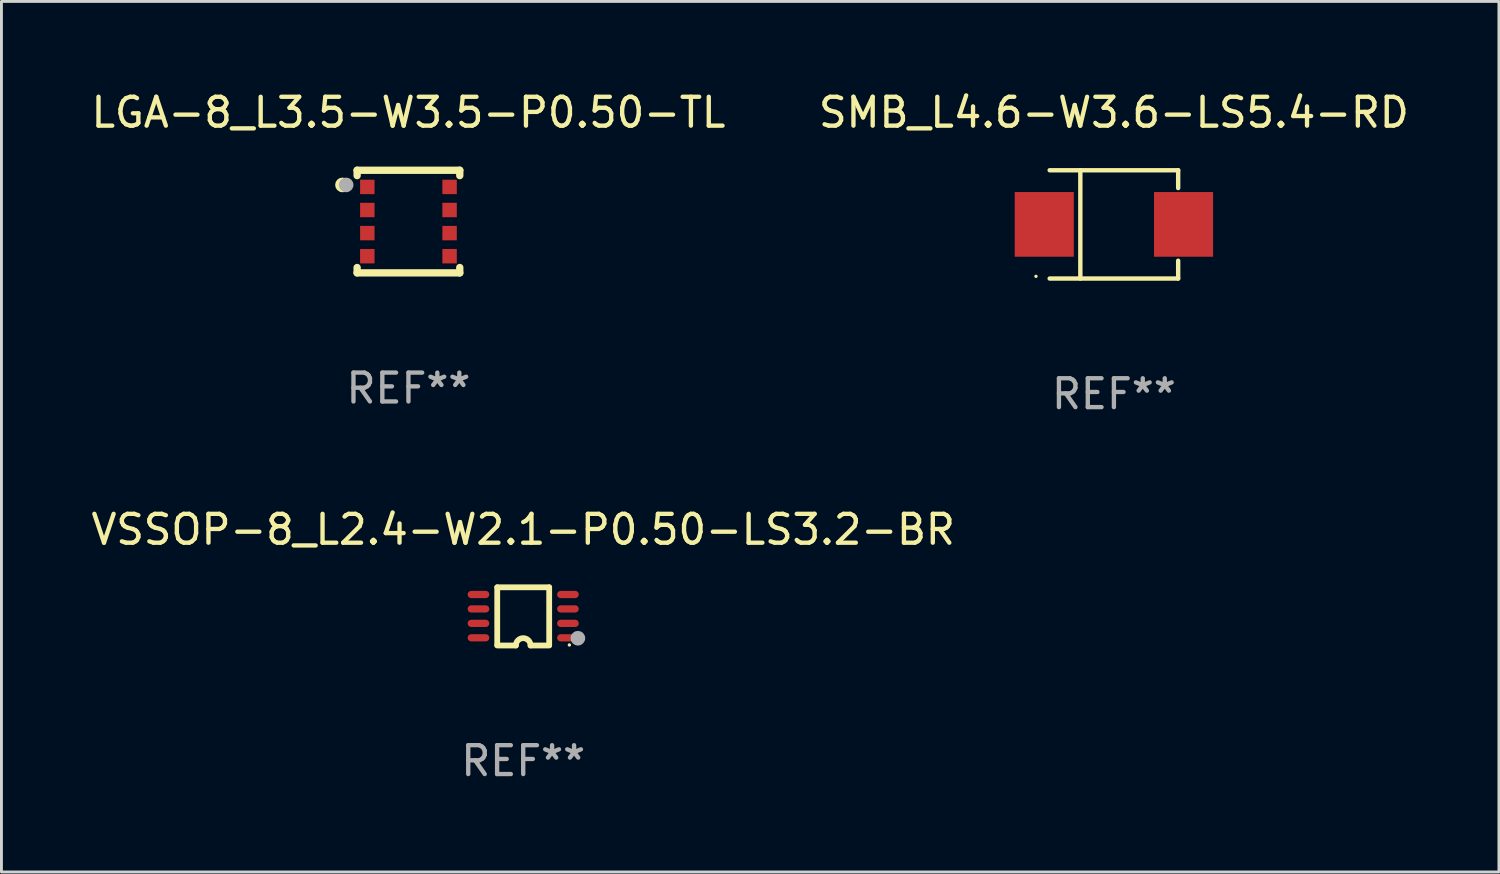
<source format=kicad_pcb>
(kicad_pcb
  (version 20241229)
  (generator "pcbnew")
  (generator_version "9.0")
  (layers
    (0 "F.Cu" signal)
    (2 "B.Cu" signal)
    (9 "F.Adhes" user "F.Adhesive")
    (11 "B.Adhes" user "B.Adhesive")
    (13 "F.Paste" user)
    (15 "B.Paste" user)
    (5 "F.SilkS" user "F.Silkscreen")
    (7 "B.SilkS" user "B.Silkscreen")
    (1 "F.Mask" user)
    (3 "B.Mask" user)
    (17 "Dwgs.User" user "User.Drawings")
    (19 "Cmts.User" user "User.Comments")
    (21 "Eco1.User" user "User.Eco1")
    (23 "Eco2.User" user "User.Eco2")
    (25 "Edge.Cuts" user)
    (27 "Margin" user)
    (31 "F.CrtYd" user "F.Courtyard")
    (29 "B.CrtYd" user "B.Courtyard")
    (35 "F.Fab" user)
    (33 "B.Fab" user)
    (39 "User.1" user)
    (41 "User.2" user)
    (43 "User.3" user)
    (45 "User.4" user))
  (footprint "SMB_L4.6-W3.6-LS5.4-RD"
    (layer "F.Cu")
    (at 35.542 4.724)
    (property "Reference" "SMB_L4.6-W3.6-LS5.4-RD" (at 0 -3.876 0) (layer "F.SilkS") (effects (font (size 1 1) (thickness 0.15))))
    (attr smd)
    (fp_line (start -2.226 -1.876) (end 2.226 -1.876) (stroke (width 0.152) (type solid)) (layer "F.SilkS"))
    (fp_line (start -2.226 1.876) (end 2.226 1.876) (stroke (width 0.152) (type solid)) (layer "F.SilkS"))
    (fp_line (start -1.163 -1.876) (end -1.163 1.876) (stroke (width 0.152) (type solid)) (layer "F.SilkS"))
    (fp_line (start 2.226 -1.876) (end 2.226 -1.258) (stroke (width 0.152) (type solid)) (layer "F.SilkS"))
    (fp_line (start 2.226 1.876) (end 2.226 1.258) (stroke (width 0.152) (type solid)) (layer "F.SilkS"))
    (fp_circle (center -2.7 1.8) (end -2.67 1.8) (stroke (width 0.06) (type solid)) (fill no) (layer "F.SilkS"))
    (fp_text user "REF**" (at 0 5.876 0) (layer "F.Fab") (effects (font (size 1 1) (thickness 0.15))))
    (pad "1" smd rect (at -2.413 0) (size 2.047 2.241) (layers "F.Cu" "F.Mask" "F.Paste"))
    (pad "2" smd rect (at 2.413 0) (size 2.047 2.241) (layers "F.Cu" "F.Mask" "F.Paste")))
  (footprint "VSSOP-8_L2.4-W2.1-P0.50-LS3.2-BR"
    (layer "F.Cu")
    (at 15.077 18.297)
    (property "Reference" "VSSOP-8_L2.4-W2.1-P0.50-LS3.2-BR" (at 0.000127 -3 0) (layer "F.SilkS") (effects (font (size 1 1) (thickness 0.15))))
    (attr smd)
    (fp_line (start -0.9 -1) (end -0.9 1) (stroke (width 0.2) (type solid)) (layer "F.SilkS"))
    (fp_line (start -0.254 1.016) (end -0.9 1.016) (stroke (width 0.2) (type solid)) (layer "F.SilkS"))
    (fp_line (start 0.254 1.016) (end 0.9 1.016) (stroke (width 0.2) (type solid)) (layer "F.SilkS"))
    (fp_line (start 0.9 -1) (end -0.9 -1) (stroke (width 0.2) (type solid)) (layer "F.SilkS"))
    (fp_line (start 0.9 1) (end 0.9 -1) (stroke (width 0.2) (type solid)) (layer "F.SilkS"))
    (fp_arc (start -0.254001 1.016002) (mid 0 0.762001) (end 0.254001 1.016002) (stroke (width 0.2) (type solid)) (layer "F.SilkS"))
    (fp_circle (center 1.599 0.998) (end 1.629 0.998) (stroke (width 0.06) (type solid)) (fill no) (layer "F.SilkS"))
    (fp_circle (center 1.894 0.764) (end 2.021 0.764) (stroke (width 0.254) (type solid)) (fill no) (layer "F.Fab"))
    (fp_text user "REF**" (at 0.000127 5.016 0) (layer "F.Fab") (effects (font (size 1 1) (thickness 0.15))))
    (pad "1" smd oval (at 1.55 0.75) (size 0.75 0.25) (layers "F.Cu" "F.Mask" "F.Paste"))
    (pad "2" smd oval (at 1.55 0.25) (size 0.75 0.25) (layers "F.Cu" "F.Mask" "F.Paste"))
    (pad "3" smd oval (at 1.55 -0.25) (size 0.75 0.25) (layers "F.Cu" "F.Mask" "F.Paste"))
    (pad "4" smd oval (at 1.55 -0.75) (size 0.75 0.25) (layers "F.Cu" "F.Mask" "F.Paste"))
    (pad "5" smd oval (at -1.55 -0.75) (size 0.75 0.25) (layers "F.Cu" "F.Mask" "F.Paste"))
    (pad "6" smd oval (at -1.55 -0.25) (size 0.75 0.25) (layers "F.Cu" "F.Mask" "F.Paste"))
    (pad "7" smd oval (at -1.55 0.25) (size 0.75 0.25) (layers "F.Cu" "F.Mask" "F.Paste"))
    (pad "8" smd oval (at -1.55 0.75) (size 0.75 0.25) (layers "F.Cu" "F.Mask" "F.Paste")))
  (footprint "LGA-8_L3.5-W3.5-P0.50-TL"
    (layer "F.Cu")
    (at 11.101 4.626)
    (property "Reference" "LGA-8_L3.5-W3.5-P0.50-TL" (at -0.000051 -3.778 0) (layer "F.SilkS") (effects (font (size 1 1) (thickness 0.15))))
    (attr smd)
    (fp_line (start -1.778 -1.778) (end -1.778 -1.592) (stroke (width 0.254) (type solid)) (layer "F.SilkS"))
    (fp_line (start -1.778 1.592) (end -1.778 1.778) (stroke (width 0.254) (type solid)) (layer "F.SilkS"))
    (fp_line (start -1.778 1.778) (end 1.778 1.778) (stroke (width 0.254) (type solid)) (layer "F.SilkS"))
    (fp_line (start 1.778 -1.778) (end -1.778 -1.778) (stroke (width 0.254) (type solid)) (layer "F.SilkS"))
    (fp_line (start 1.778 -1.592) (end 1.778 -1.778) (stroke (width 0.254) (type solid)) (layer "F.SilkS"))
    (fp_line (start 1.778 1.778) (end 1.778 1.592) (stroke (width 0.254) (type solid)) (layer "F.SilkS"))
    (fp_circle (center -2.286 -1.27) (end -2.159 -1.27) (stroke (width 0.254) (type solid)) (fill no) (layer "F.SilkS"))
    (fp_circle (center -1.75 -1.75) (end -1.72 -1.75) (stroke (width 0.06) (type solid)) (fill no) (layer "F.SilkS"))
    (fp_circle (center -2.159 -1.27) (end -2.032 -1.27) (stroke (width 0.254) (type solid)) (fill no) (layer "F.Fab"))
    (fp_text user "REF**" (at -0.000051 5.778 0) (layer "F.Fab") (effects (font (size 1 1) (thickness 0.15))))
    (pad "1" smd rect (at -1.425 -1.2) (size 0.5 0.5) (layers "F.Cu" "F.Mask" "F.Paste"))
    (pad "2" smd rect (at -1.425 -0.4) (size 0.5 0.5) (layers "F.Cu" "F.Mask" "F.Paste"))
    (pad "3" smd rect (at -1.425 0.4) (size 0.5 0.5) (layers "F.Cu" "F.Mask" "F.Paste"))
    (pad "4" smd rect (at -1.425 1.2) (size 0.5 0.5) (layers "F.Cu" "F.Mask" "F.Paste"))
    (pad "5" smd rect (at 1.425 1.2) (size 0.5 0.5) (layers "F.Cu" "F.Mask" "F.Paste"))
    (pad "6" smd rect (at 1.425 0.4) (size 0.5 0.5) (layers "F.Cu" "F.Mask" "F.Paste"))
    (pad "7" smd rect (at 1.425 -0.4) (size 0.5 0.5) (layers "F.Cu" "F.Mask" "F.Paste"))
    (pad "8" smd rect (at 1.425 -1.2) (size 0.5 0.5) (layers "F.Cu" "F.Mask" "F.Paste")))
  (gr_rect
    (start -3 -3)
    (end 48.881 27.161)
    (stroke (width 0.1) (type default))
    (fill no)
    (layer "Edge.Cuts")))
</source>
